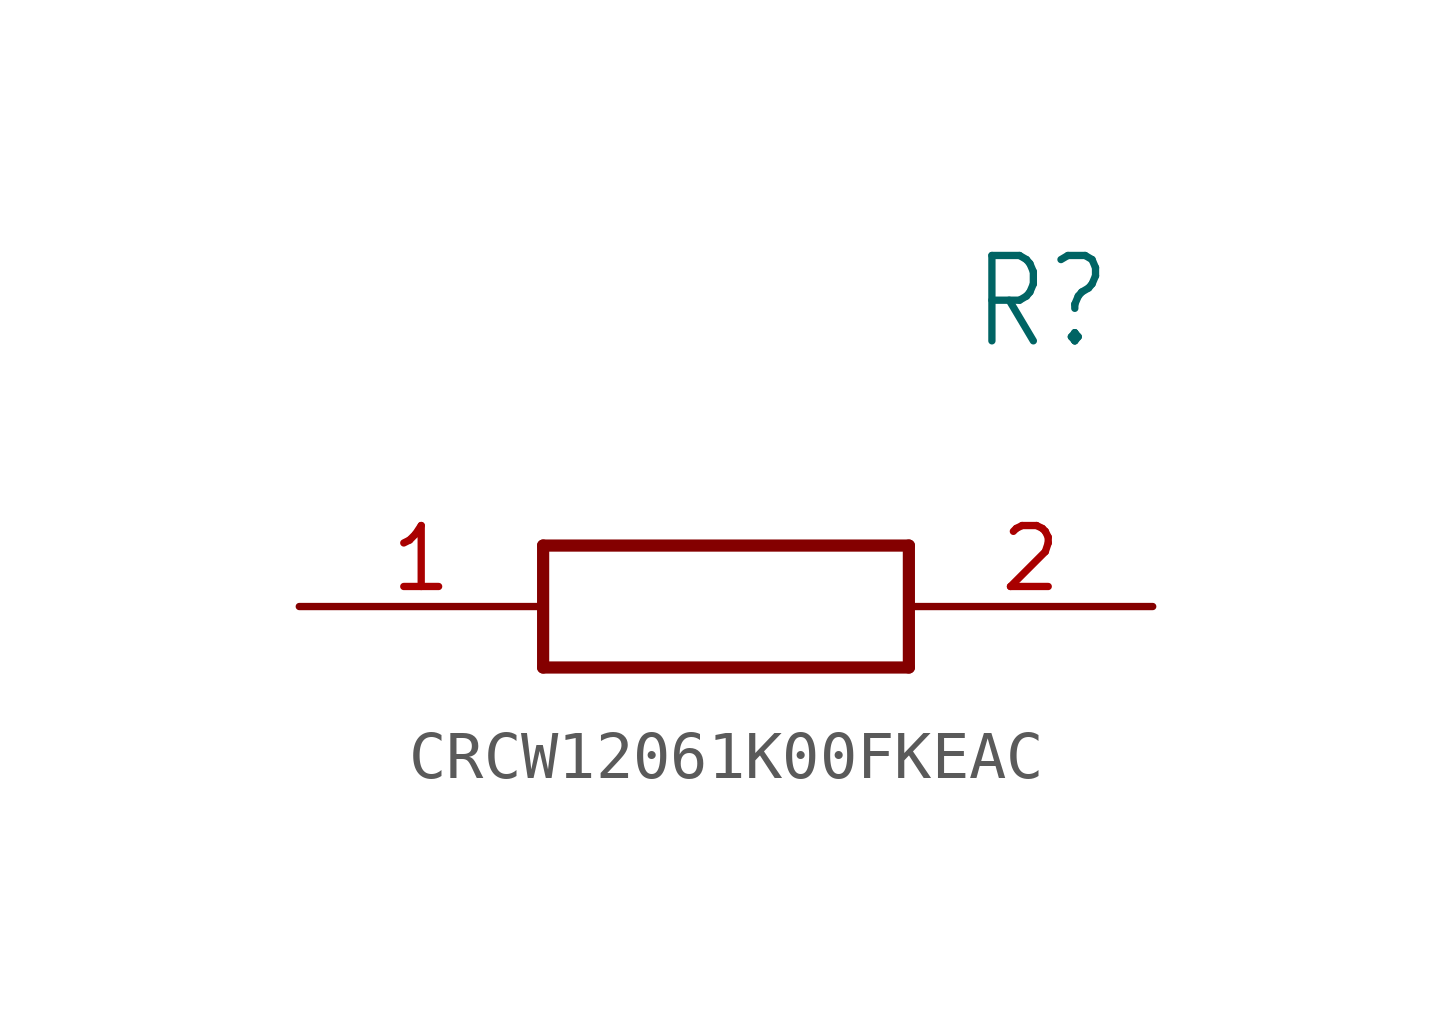
<source format=kicad_sym>
(kicad_symbol_lib
  (version 20220914)
  (generator kicad_symbol_editor)
  (symbol "CRCW12061K00FKEAC"
    (property "Reference" "R"
      (at 13.97 6.35 0)
      (effects (font (size 1.778 1.511)) (justify left)))
    (property "Value" ""
      (at 13.97 3.81 0)
      (effects (font (size 1.778 1.511)) (justify left)))
    (property "ki_locked" ""
      (at 0 0 0)
      (effects (font (size 1.27 1.27))))
    (symbol "CRCW12061K00FKEAC_1_0"
      (polyline (pts (xy 5.08 1.27) (xy 5.08 -1.27)) (stroke (width 0.254) (type solid)) (fill (type none)))
      (polyline (pts (xy 5.08 1.27) (xy 12.7 1.27)) (stroke (width 0.254) (type solid)) (fill (type none)))
      (polyline (pts (xy 12.7 -1.27) (xy 5.08 -1.27)) (stroke (width 0.254) (type solid)) (fill (type none)))
      (polyline (pts (xy 12.7 -1.27) (xy 12.7 1.27)) (stroke (width 0.254) (type solid)) (fill (type none)))
      (pin bidirectional line (at 0 0 0) (length 5.08) (name "1" (effects (font (size 0 0)))) (number "1" (effects (font (size 1.27 1.27)))))
      (pin bidirectional line (at 17.78 0 180) (length 5.08) (name "2" (effects (font (size 0 0)))) (number "2" (effects (font (size 1.27 1.27))))))))
</source>
